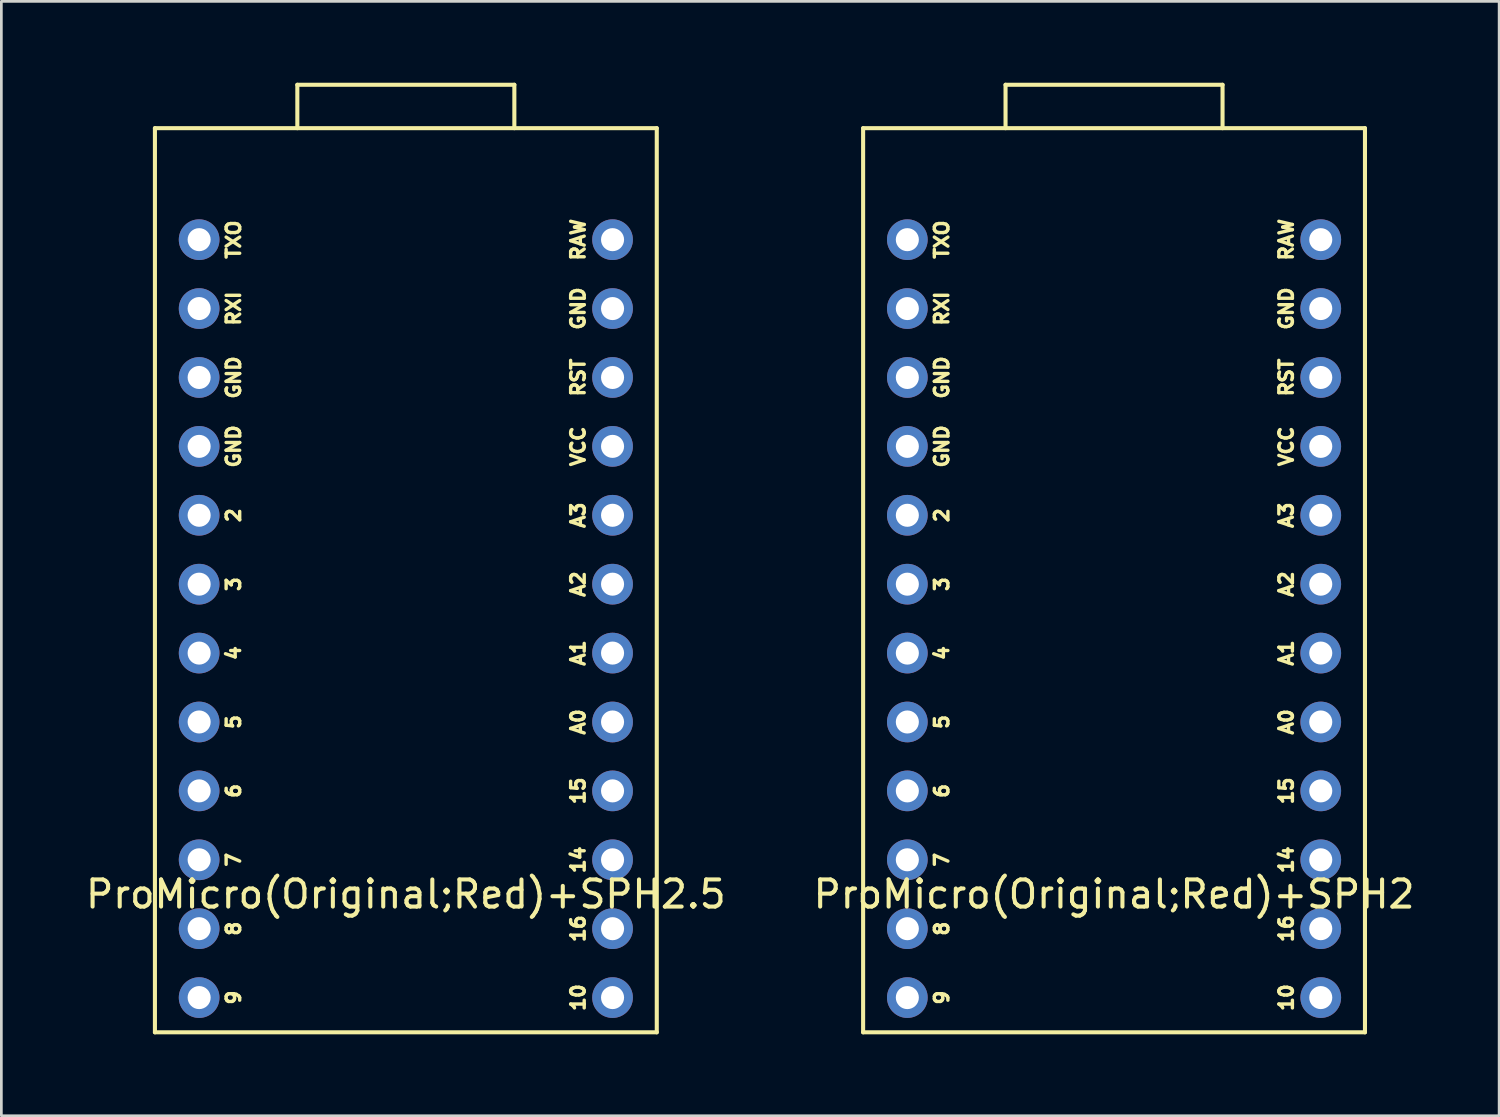
<source format=kicad_pcb>
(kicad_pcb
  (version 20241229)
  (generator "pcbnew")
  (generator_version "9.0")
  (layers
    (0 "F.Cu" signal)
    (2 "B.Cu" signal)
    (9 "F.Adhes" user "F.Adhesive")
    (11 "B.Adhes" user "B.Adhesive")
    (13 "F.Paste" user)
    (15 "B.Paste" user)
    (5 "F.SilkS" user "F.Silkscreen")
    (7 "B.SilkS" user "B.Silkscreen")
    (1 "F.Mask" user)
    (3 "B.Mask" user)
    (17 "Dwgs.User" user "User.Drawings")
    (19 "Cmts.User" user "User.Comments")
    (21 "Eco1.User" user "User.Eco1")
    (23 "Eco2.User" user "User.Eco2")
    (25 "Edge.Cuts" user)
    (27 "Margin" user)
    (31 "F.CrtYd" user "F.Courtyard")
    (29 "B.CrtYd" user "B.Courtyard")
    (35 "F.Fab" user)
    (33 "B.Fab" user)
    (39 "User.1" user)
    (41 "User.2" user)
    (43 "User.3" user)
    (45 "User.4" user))
  (footprint "ProMicro(Original;Red)+SPH2"
    (layer "F.Cu")
    (at 30.398 5.785)
    (property "Reference" "ProMicro(Original;Red)+SPH2" (at 7.62 24.13 0) (layer "F.SilkS") (effects (font (size 1 1) (thickness 0.15))))
    (attr through_hole)
    (fp_line (start -1.63 -4.11) (end -1.63 29.22) (stroke (width 0.15) (type solid)) (layer "F.SilkS"))
    (fp_line (start -1.63 29.22) (end 16.87 29.22) (stroke (width 0.15) (type solid)) (layer "F.SilkS"))
    (fp_line (start 3.62 -5.71) (end 11.62 -5.71) (stroke (width 0.15) (type solid)) (layer "F.SilkS"))
    (fp_line (start 3.62 -4.11) (end 3.62 -5.71) (stroke (width 0.15) (type solid)) (layer "F.SilkS"))
    (fp_line (start 11.62 -5.71) (end 11.62 -4.11) (stroke (width 0.15) (type solid)) (layer "F.SilkS"))
    (fp_line (start 16.87 -4.11) (end -1.63 -4.11) (stroke (width 0.15) (type solid)) (layer "F.SilkS"))
    (fp_line (start 16.87 29.22) (end 16.87 -4.11) (stroke (width 0.15) (type solid)) (layer "F.SilkS"))
    (fp_text user "5" (at 1.27 17.78 90) (layer "F.SilkS") (effects (font (size 0.5 0.5) (thickness 0.125))))
    (fp_text user "8" (at 1.27 25.4 90) (layer "F.SilkS") (effects (font (size 0.5 0.5) (thickness 0.125))))
    (fp_text user "A0" (at 13.97 17.78 90) (layer "F.SilkS") (effects (font (size 0.5 0.5) (thickness 0.125))))
    (fp_text user "RAW" (at 13.97 0 90) (layer "F.SilkS") (effects (font (size 0.5 0.5) (thickness 0.125))))
    (fp_text user "RST" (at 13.97 5.08 90) (layer "F.SilkS") (effects (font (size 0.5 0.5) (thickness 0.125))))
    (fp_text user "4" (at 1.27 15.24 90) (layer "F.SilkS") (effects (font (size 0.5 0.5) (thickness 0.125))))
    (fp_text user "3" (at 1.27 12.7 90) (layer "F.SilkS") (effects (font (size 0.5 0.5) (thickness 0.125))))
    (fp_text user "16" (at 13.97 25.4 90) (layer "F.SilkS") (effects (font (size 0.5 0.5) (thickness 0.125))))
    (fp_text user "7" (at 1.27 22.86 90) (layer "F.SilkS") (effects (font (size 0.5 0.5) (thickness 0.125))))
    (fp_text user "TXO" (at 1.27 0 90) (layer "F.SilkS") (effects (font (size 0.5 0.5) (thickness 0.125))))
    (fp_text user "VCC" (at 13.97 7.62 90) (layer "F.SilkS") (effects (font (size 0.5 0.5) (thickness 0.125))))
    (fp_text user "A2" (at 13.97 12.7 90) (layer "F.SilkS") (effects (font (size 0.5 0.5) (thickness 0.125))))
    (fp_text user "9" (at 1.27 27.94 90) (layer "F.SilkS") (effects (font (size 0.5 0.5) (thickness 0.125))))
    (fp_text user "15" (at 13.97 20.32 90) (layer "F.SilkS") (effects (font (size 0.5 0.5) (thickness 0.125))))
    (fp_text user "GND" (at 13.97 2.54 90) (layer "F.SilkS") (effects (font (size 0.5 0.5) (thickness 0.125))))
    (fp_text user "GND" (at 1.27 5.08 90) (layer "F.SilkS") (effects (font (size 0.5 0.5) (thickness 0.125))))
    (fp_text user "6" (at 1.27 20.32 90) (layer "F.SilkS") (effects (font (size 0.5 0.5) (thickness 0.125))))
    (fp_text user "14" (at 13.97 22.86 90) (layer "F.SilkS") (effects (font (size 0.5 0.5) (thickness 0.125))))
    (fp_text user "RXI" (at 1.27 2.54 90) (layer "F.SilkS") (effects (font (size 0.5 0.5) (thickness 0.125))))
    (fp_text user "A3" (at 13.97 10.16 90) (layer "F.SilkS") (effects (font (size 0.5 0.5) (thickness 0.125))))
    (fp_text user "2" (at 1.27 10.16 90) (layer "F.SilkS") (effects (font (size 0.5 0.5) (thickness 0.125))))
    (fp_text user "10" (at 13.97 27.94 90) (layer "F.SilkS") (effects (font (size 0.5 0.5) (thickness 0.125))))
    (fp_text user "GND" (at 1.27 7.62 90) (layer "F.SilkS") (effects (font (size 0.5 0.5) (thickness 0.125))))
    (fp_text user "A1" (at 13.97 15.24 90) (layer "F.SilkS") (effects (font (size 0.5 0.5) (thickness 0.125))))
    (pad "2" thru_hole circle (at 0 10.16) (size 1.5 1.5) (drill 0.85) (layers "*.Cu" "*.Mask"))
    (pad "3" thru_hole circle (at 0 12.7) (size 1.5 1.5) (drill 0.85) (layers "*.Cu" "*.Mask"))
    (pad "4" thru_hole circle (at 0 15.24) (size 1.5 1.5) (drill 0.85) (layers "*.Cu" "*.Mask"))
    (pad "5" thru_hole circle (at 0 17.78) (size 1.5 1.5) (drill 0.85) (layers "*.Cu" "*.Mask"))
    (pad "6" thru_hole circle (at 0 20.32) (size 1.5 1.5) (drill 0.85) (layers "*.Cu" "*.Mask"))
    (pad "7" thru_hole circle (at 0 22.86) (size 1.5 1.5) (drill 0.85) (layers "*.Cu" "*.Mask"))
    (pad "8" thru_hole circle (at 0 25.4) (size 1.5 1.5) (drill 0.85) (layers "*.Cu" "*.Mask"))
    (pad "9" thru_hole circle (at 0 27.94) (size 1.5 1.5) (drill 0.85) (layers "*.Cu" "*.Mask"))
    (pad "10" thru_hole circle (at 15.24 27.94) (size 1.5 1.5) (drill 0.85) (layers "*.Cu" "*.Mask"))
    (pad "14" thru_hole circle (at 15.24 22.86) (size 1.5 1.5) (drill 0.85) (layers "*.Cu" "*.Mask"))
    (pad "15" thru_hole circle (at 15.24 20.32) (size 1.5 1.5) (drill 0.85) (layers "*.Cu" "*.Mask"))
    (pad "16" thru_hole circle (at 15.24 25.4) (size 1.5 1.5) (drill 0.85) (layers "*.Cu" "*.Mask"))
    (pad "A0" thru_hole circle (at 15.24 17.78) (size 1.5 1.5) (drill 0.85) (layers "*.Cu" "*.Mask"))
    (pad "A1" thru_hole circle (at 15.24 15.24) (size 1.5 1.5) (drill 0.85) (layers "*.Cu" "*.Mask"))
    (pad "A2" thru_hole circle (at 15.24 12.7) (size 1.5 1.5) (drill 0.85) (layers "*.Cu" "*.Mask"))
    (pad "A3" thru_hole circle (at 15.24 10.16) (size 1.5 1.5) (drill 0.85) (layers "*.Cu" "*.Mask"))
    (pad "GND0" thru_hole circle (at 15.24 2.54) (size 1.5 1.5) (drill 0.85) (layers "*.Cu" "*.Mask"))
    (pad "GND1" thru_hole circle (at 0 5.08) (size 1.5 1.5) (drill 0.85) (layers "*.Cu" "*.Mask"))
    (pad "GND2" thru_hole circle (at 0 7.62) (size 1.5 1.5) (drill 0.85) (layers "*.Cu" "*.Mask"))
    (pad "RAW" thru_hole circle (at 15.24 0) (size 1.5 1.5) (drill 0.85) (layers "*.Cu" "*.Mask"))
    (pad "RST" thru_hole circle (at 15.24 5.08) (size 1.5 1.5) (drill 0.85) (layers "*.Cu" "*.Mask"))
    (pad "RXI" thru_hole circle (at 0 2.54) (size 1.5 1.5) (drill 0.85) (layers "*.Cu" "*.Mask"))
    (pad "TXO" thru_hole circle (at 0 0 90) (size 1.5 1.5) (drill 0.85) (layers "*.Cu" "*.Mask"))
    (pad "VCC" thru_hole circle (at 15.24 7.62) (size 1.5 1.5) (drill 0.85) (layers "*.Cu" "*.Mask")))
  (footprint "ProMicro(Original;Red)+SPH2.5"
    (layer "F.Cu")
    (at 4.291 5.785)
    (property "Reference" "ProMicro(Original;Red)+SPH2.5" (at 7.62 24.13 0) (layer "F.SilkS") (effects (font (size 1 1) (thickness 0.15))))
    (attr through_hole)
    (fp_line (start -1.63 -4.11) (end -1.63 29.22) (stroke (width 0.15) (type solid)) (layer "F.SilkS"))
    (fp_line (start -1.63 29.22) (end 16.87 29.22) (stroke (width 0.15) (type solid)) (layer "F.SilkS"))
    (fp_line (start 3.62 -5.71) (end 11.62 -5.71) (stroke (width 0.15) (type solid)) (layer "F.SilkS"))
    (fp_line (start 3.62 -4.11) (end 3.62 -5.71) (stroke (width 0.15) (type solid)) (layer "F.SilkS"))
    (fp_line (start 11.62 -5.71) (end 11.62 -4.11) (stroke (width 0.15) (type solid)) (layer "F.SilkS"))
    (fp_line (start 16.87 -4.11) (end -1.63 -4.11) (stroke (width 0.15) (type solid)) (layer "F.SilkS"))
    (fp_line (start 16.87 29.22) (end 16.87 -4.11) (stroke (width 0.15) (type solid)) (layer "F.SilkS"))
    (fp_text user "GND" (at 1.27 5.08 90) (layer "F.SilkS") (effects (font (size 0.5 0.5) (thickness 0.125))))
    (fp_text user "4" (at 1.27 15.24 90) (layer "F.SilkS") (effects (font (size 0.5 0.5) (thickness 0.125))))
    (fp_text user "A1" (at 13.97 15.24 90) (layer "F.SilkS") (effects (font (size 0.5 0.5) (thickness 0.125))))
    (fp_text user "A3" (at 13.97 10.16 90) (layer "F.SilkS") (effects (font (size 0.5 0.5) (thickness 0.125))))
    (fp_text user "7" (at 1.27 22.86 90) (layer "F.SilkS") (effects (font (size 0.5 0.5) (thickness 0.125))))
    (fp_text user "RAW" (at 13.97 0 90) (layer "F.SilkS") (effects (font (size 0.5 0.5) (thickness 0.125))))
    (fp_text user "16" (at 13.97 25.4 90) (layer "F.SilkS") (effects (font (size 0.5 0.5) (thickness 0.125))))
    (fp_text user "TXO" (at 1.27 0 90) (layer "F.SilkS") (effects (font (size 0.5 0.5) (thickness 0.125))))
    (fp_text user "RST" (at 13.97 5.08 90) (layer "F.SilkS") (effects (font (size 0.5 0.5) (thickness 0.125))))
    (fp_text user "14" (at 13.97 22.86 90) (layer "F.SilkS") (effects (font (size 0.5 0.5) (thickness 0.125))))
    (fp_text user "A0" (at 13.97 17.78 90) (layer "F.SilkS") (effects (font (size 0.5 0.5) (thickness 0.125))))
    (fp_text user "3" (at 1.27 12.7 90) (layer "F.SilkS") (effects (font (size 0.5 0.5) (thickness 0.125))))
    (fp_text user "GND" (at 13.97 2.54 90) (layer "F.SilkS") (effects (font (size 0.5 0.5) (thickness 0.125))))
    (fp_text user "8" (at 1.27 25.4 90) (layer "F.SilkS") (effects (font (size 0.5 0.5) (thickness 0.125))))
    (fp_text user "2" (at 1.27 10.16 90) (layer "F.SilkS") (effects (font (size 0.5 0.5) (thickness 0.125))))
    (fp_text user "10" (at 13.97 27.94 90) (layer "F.SilkS") (effects (font (size 0.5 0.5) (thickness 0.125))))
    (fp_text user "A2" (at 13.97 12.7 90) (layer "F.SilkS") (effects (font (size 0.5 0.5) (thickness 0.125))))
    (fp_text user "15" (at 13.97 20.32 90) (layer "F.SilkS") (effects (font (size 0.5 0.5) (thickness 0.125))))
    (fp_text user "RXI" (at 1.27 2.54 90) (layer "F.SilkS") (effects (font (size 0.5 0.5) (thickness 0.125))))
    (fp_text user "5" (at 1.27 17.78 90) (layer "F.SilkS") (effects (font (size 0.5 0.5) (thickness 0.125))))
    (fp_text user "VCC" (at 13.97 7.62 90) (layer "F.SilkS") (effects (font (size 0.5 0.5) (thickness 0.125))))
    (fp_text user "6" (at 1.27 20.32 90) (layer "F.SilkS") (effects (font (size 0.5 0.5) (thickness 0.125))))
    (fp_text user "GND" (at 1.27 7.62 90) (layer "F.SilkS") (effects (font (size 0.5 0.5) (thickness 0.125))))
    (fp_text user "9" (at 1.27 27.94 90) (layer "F.SilkS") (effects (font (size 0.5 0.5) (thickness 0.125))))
    (pad "2" thru_hole circle (at 0 10.16) (size 1.5 1.5) (drill 0.85) (layers "*.Cu" "*.Mask"))
    (pad "3" thru_hole circle (at 0 12.7) (size 1.5 1.5) (drill 0.85) (layers "*.Cu" "*.Mask"))
    (pad "4" thru_hole circle (at 0 15.24) (size 1.5 1.5) (drill 0.85) (layers "*.Cu" "*.Mask"))
    (pad "5" thru_hole circle (at 0 17.78) (size 1.5 1.5) (drill 0.85) (layers "*.Cu" "*.Mask"))
    (pad "6" thru_hole circle (at 0 20.32) (size 1.5 1.5) (drill 0.85) (layers "*.Cu" "*.Mask"))
    (pad "7" thru_hole circle (at 0 22.86) (size 1.5 1.5) (drill 0.85) (layers "*.Cu" "*.Mask"))
    (pad "8" thru_hole circle (at 0 25.4) (size 1.5 1.5) (drill 0.85) (layers "*.Cu" "*.Mask"))
    (pad "9" thru_hole circle (at 0 27.94) (size 1.5 1.5) (drill 0.85) (layers "*.Cu" "*.Mask"))
    (pad "10" thru_hole circle (at 15.24 27.94) (size 1.5 1.5) (drill 0.85) (layers "*.Cu" "*.Mask"))
    (pad "14" thru_hole circle (at 15.24 22.86) (size 1.5 1.5) (drill 0.85) (layers "*.Cu" "*.Mask"))
    (pad "15" thru_hole circle (at 15.24 20.32) (size 1.5 1.5) (drill 0.85) (layers "*.Cu" "*.Mask"))
    (pad "16" thru_hole circle (at 15.24 25.4) (size 1.5 1.5) (drill 0.85) (layers "*.Cu" "*.Mask"))
    (pad "A0" thru_hole circle (at 15.24 17.78) (size 1.5 1.5) (drill 0.85) (layers "*.Cu" "*.Mask"))
    (pad "A1" thru_hole circle (at 15.24 15.24) (size 1.5 1.5) (drill 0.85) (layers "*.Cu" "*.Mask"))
    (pad "A2" thru_hole circle (at 15.24 12.7) (size 1.5 1.5) (drill 0.85) (layers "*.Cu" "*.Mask"))
    (pad "A3" thru_hole circle (at 15.24 10.16) (size 1.5 1.5) (drill 0.85) (layers "*.Cu" "*.Mask"))
    (pad "GND0" thru_hole circle (at 15.24 2.54) (size 1.5 1.5) (drill 0.85) (layers "*.Cu" "*.Mask"))
    (pad "GND1" thru_hole circle (at 0 5.08) (size 1.5 1.5) (drill 0.85) (layers "*.Cu" "*.Mask"))
    (pad "GND2" thru_hole circle (at 0 7.62) (size 1.5 1.5) (drill 0.85) (layers "*.Cu" "*.Mask"))
    (pad "RAW" thru_hole circle (at 15.24 0) (size 1.5 1.5) (drill 0.85) (layers "*.Cu" "*.Mask"))
    (pad "RST" thru_hole circle (at 15.24 5.08) (size 1.5 1.5) (drill 0.85) (layers "*.Cu" "*.Mask"))
    (pad "RXI" thru_hole circle (at 0 2.54) (size 1.5 1.5) (drill 0.85) (layers "*.Cu" "*.Mask"))
    (pad "TXO" thru_hole circle (at 0 0 90) (size 1.5 1.5) (drill 0.85) (layers "*.Cu" "*.Mask"))
    (pad "VCC" thru_hole circle (at 15.24 7.62) (size 1.5 1.5) (drill 0.85) (layers "*.Cu" "*.Mask")))
  (gr_rect
    (start -3 -3)
    (end 52.214 38.08)
    (stroke (width 0.1) (type default))
    (fill no)
    (layer "Edge.Cuts")))
</source>
